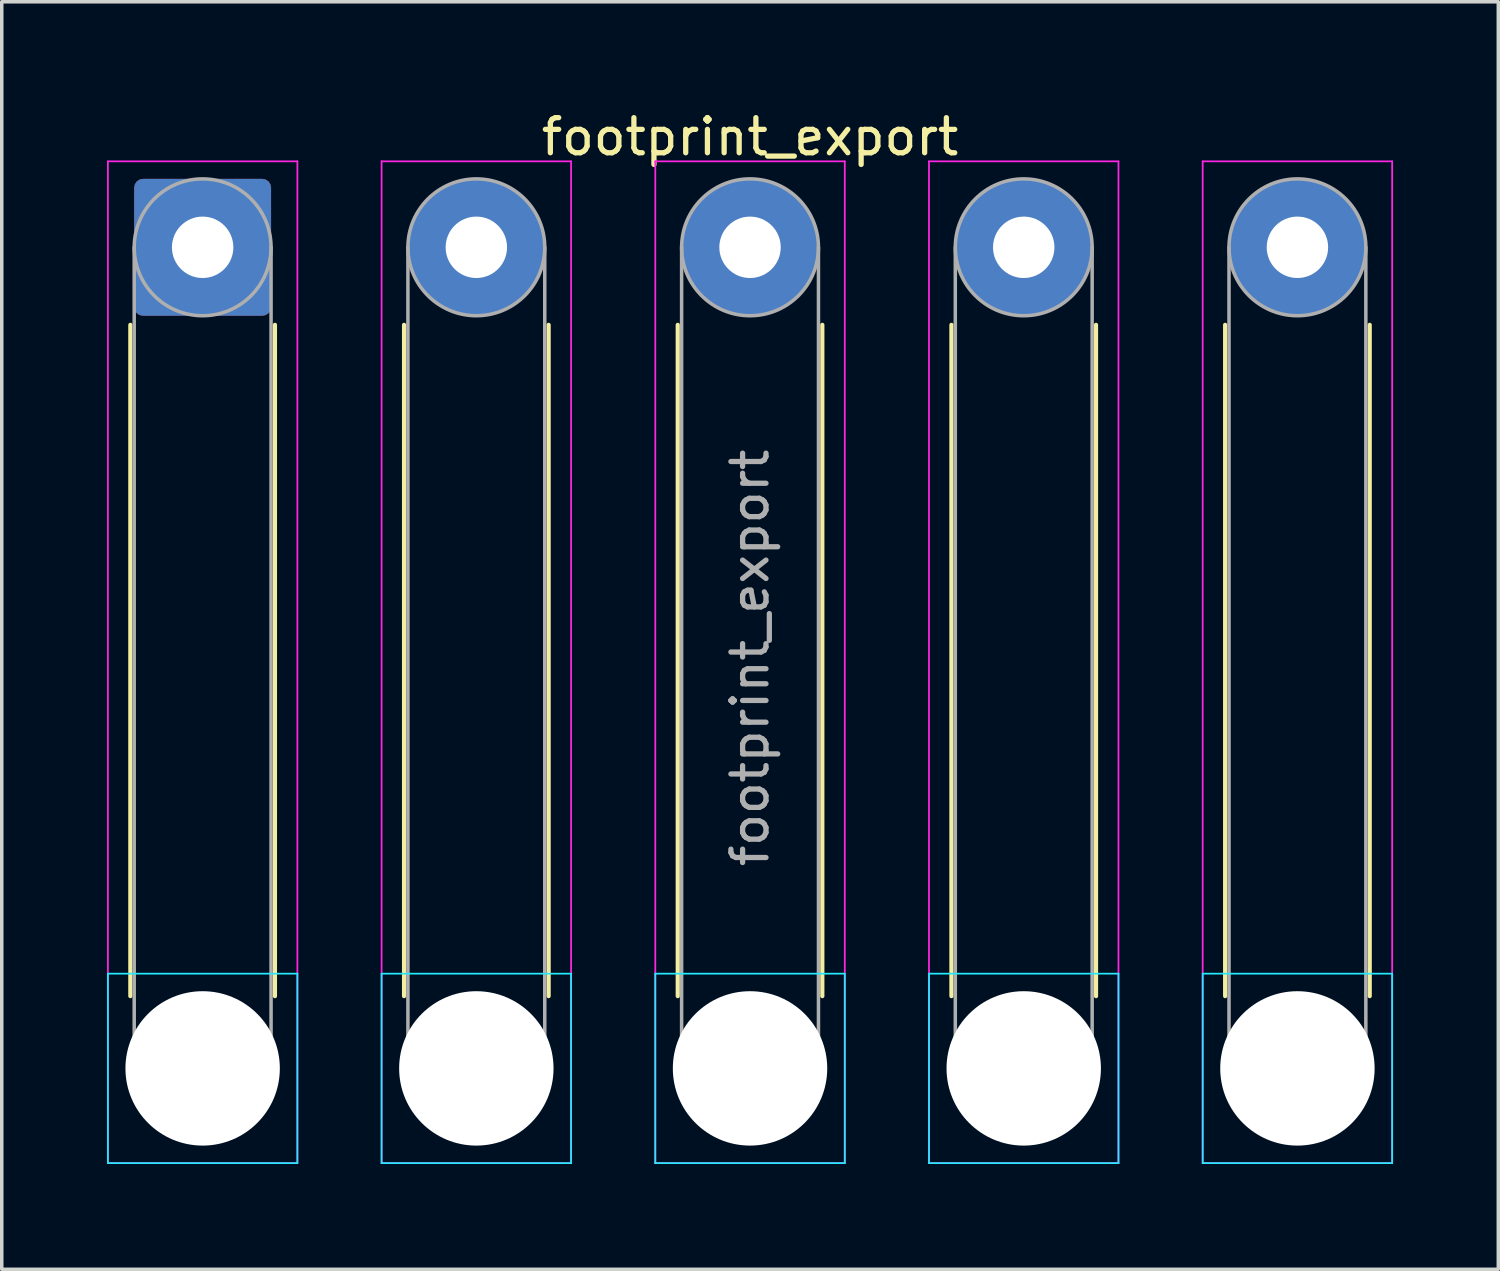
<source format=kicad_pcb>
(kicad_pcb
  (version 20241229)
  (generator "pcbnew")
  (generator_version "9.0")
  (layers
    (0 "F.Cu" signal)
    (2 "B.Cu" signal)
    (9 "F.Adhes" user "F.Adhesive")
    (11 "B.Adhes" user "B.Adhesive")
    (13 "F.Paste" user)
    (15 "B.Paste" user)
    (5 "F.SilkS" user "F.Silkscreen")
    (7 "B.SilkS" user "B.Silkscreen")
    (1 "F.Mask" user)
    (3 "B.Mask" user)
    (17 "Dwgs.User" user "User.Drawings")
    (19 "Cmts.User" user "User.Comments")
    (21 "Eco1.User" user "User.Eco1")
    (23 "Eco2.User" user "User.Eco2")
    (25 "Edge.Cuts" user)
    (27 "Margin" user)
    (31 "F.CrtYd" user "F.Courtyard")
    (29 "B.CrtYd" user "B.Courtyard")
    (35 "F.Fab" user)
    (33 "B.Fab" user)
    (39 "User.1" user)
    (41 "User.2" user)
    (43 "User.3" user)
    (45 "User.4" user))
  (footprint "footprint_export"
    (layer "F.Cu")
    (at 2.725 3.998)
    (property "Reference" "footprint_export" (at 15.6 -3.15 0) (layer "F.SilkS") (effects (font (size 1 1) (thickness 0.15))))
    (attr exclude_from_pos_files exclude_from_bom)
    (fp_line (start -2.06 2.21) (end -2.06 21.34) (stroke (width 0.12) (type solid)) (layer "F.SilkS"))
    (fp_line (start 2.06 2.21) (end 2.06 21.34) (stroke (width 0.12) (type solid)) (layer "F.SilkS"))
    (fp_line (start 5.74 2.21) (end 5.74 21.34) (stroke (width 0.12) (type solid)) (layer "F.SilkS"))
    (fp_line (start 9.86 2.21) (end 9.86 21.34) (stroke (width 0.12) (type solid)) (layer "F.SilkS"))
    (fp_line (start 13.54 2.21) (end 13.54 21.34) (stroke (width 0.12) (type solid)) (layer "F.SilkS"))
    (fp_line (start 17.66 2.21) (end 17.66 21.34) (stroke (width 0.12) (type solid)) (layer "F.SilkS"))
    (fp_line (start 21.34 2.21) (end 21.34 21.34) (stroke (width 0.12) (type solid)) (layer "F.SilkS"))
    (fp_line (start 25.46 2.21) (end 25.46 21.34) (stroke (width 0.12) (type solid)) (layer "F.SilkS"))
    (fp_line (start 29.14 2.21) (end 29.14 21.34) (stroke (width 0.12) (type solid)) (layer "F.SilkS"))
    (fp_line (start 33.26 2.21) (end 33.26 21.34) (stroke (width 0.12) (type solid)) (layer "F.SilkS"))
    (fp_line (start -2.7 20.7) (end -2.7 26.1) (stroke (width 0.05) (type solid)) (layer "B.CrtYd"))
    (fp_line (start -2.7 26.1) (end 2.7 26.1) (stroke (width 0.05) (type solid)) (layer "B.CrtYd"))
    (fp_line (start 2.7 20.7) (end -2.7 20.7) (stroke (width 0.05) (type solid)) (layer "B.CrtYd"))
    (fp_line (start 2.7 26.1) (end 2.7 20.7) (stroke (width 0.05) (type solid)) (layer "B.CrtYd"))
    (fp_line (start 5.1 20.7) (end 5.1 26.1) (stroke (width 0.05) (type solid)) (layer "B.CrtYd"))
    (fp_line (start 5.1 26.1) (end 10.5 26.1) (stroke (width 0.05) (type solid)) (layer "B.CrtYd"))
    (fp_line (start 10.5 20.7) (end 5.1 20.7) (stroke (width 0.05) (type solid)) (layer "B.CrtYd"))
    (fp_line (start 10.5 26.1) (end 10.5 20.7) (stroke (width 0.05) (type solid)) (layer "B.CrtYd"))
    (fp_line (start 12.9 20.7) (end 12.9 26.1) (stroke (width 0.05) (type solid)) (layer "B.CrtYd"))
    (fp_line (start 12.9 26.1) (end 18.3 26.1) (stroke (width 0.05) (type solid)) (layer "B.CrtYd"))
    (fp_line (start 18.3 20.7) (end 12.9 20.7) (stroke (width 0.05) (type solid)) (layer "B.CrtYd"))
    (fp_line (start 18.3 26.1) (end 18.3 20.7) (stroke (width 0.05) (type solid)) (layer "B.CrtYd"))
    (fp_line (start 20.7 20.7) (end 20.7 26.1) (stroke (width 0.05) (type solid)) (layer "B.CrtYd"))
    (fp_line (start 20.7 26.1) (end 26.1 26.1) (stroke (width 0.05) (type solid)) (layer "B.CrtYd"))
    (fp_line (start 26.1 20.7) (end 20.7 20.7) (stroke (width 0.05) (type solid)) (layer "B.CrtYd"))
    (fp_line (start 26.1 26.1) (end 26.1 20.7) (stroke (width 0.05) (type solid)) (layer "B.CrtYd"))
    (fp_line (start 28.5 20.7) (end 28.5 26.1) (stroke (width 0.05) (type solid)) (layer "B.CrtYd"))
    (fp_line (start 28.5 26.1) (end 33.9 26.1) (stroke (width 0.05) (type solid)) (layer "B.CrtYd"))
    (fp_line (start 33.9 20.7) (end 28.5 20.7) (stroke (width 0.05) (type solid)) (layer "B.CrtYd"))
    (fp_line (start 33.9 26.1) (end 33.9 20.7) (stroke (width 0.05) (type solid)) (layer "B.CrtYd"))
    (fp_line (start -2.7 -2.45) (end -2.7 26.1) (stroke (width 0.05) (type solid)) (layer "F.CrtYd"))
    (fp_line (start -2.7 26.1) (end 2.7 26.1) (stroke (width 0.05) (type solid)) (layer "F.CrtYd"))
    (fp_line (start 2.7 -2.45) (end -2.7 -2.45) (stroke (width 0.05) (type solid)) (layer "F.CrtYd"))
    (fp_line (start 2.7 26.1) (end 2.7 -2.45) (stroke (width 0.05) (type solid)) (layer "F.CrtYd"))
    (fp_line (start 5.1 -2.45) (end 5.1 26.1) (stroke (width 0.05) (type solid)) (layer "F.CrtYd"))
    (fp_line (start 5.1 26.1) (end 10.5 26.1) (stroke (width 0.05) (type solid)) (layer "F.CrtYd"))
    (fp_line (start 10.5 -2.45) (end 5.1 -2.45) (stroke (width 0.05) (type solid)) (layer "F.CrtYd"))
    (fp_line (start 10.5 26.1) (end 10.5 -2.45) (stroke (width 0.05) (type solid)) (layer "F.CrtYd"))
    (fp_line (start 12.9 -2.45) (end 12.9 26.1) (stroke (width 0.05) (type solid)) (layer "F.CrtYd"))
    (fp_line (start 12.9 26.1) (end 18.3 26.1) (stroke (width 0.05) (type solid)) (layer "F.CrtYd"))
    (fp_line (start 18.3 -2.45) (end 12.9 -2.45) (stroke (width 0.05) (type solid)) (layer "F.CrtYd"))
    (fp_line (start 18.3 26.1) (end 18.3 -2.45) (stroke (width 0.05) (type solid)) (layer "F.CrtYd"))
    (fp_line (start 20.7 -2.45) (end 20.7 26.1) (stroke (width 0.05) (type solid)) (layer "F.CrtYd"))
    (fp_line (start 20.7 26.1) (end 26.1 26.1) (stroke (width 0.05) (type solid)) (layer "F.CrtYd"))
    (fp_line (start 26.1 -2.45) (end 20.7 -2.45) (stroke (width 0.05) (type solid)) (layer "F.CrtYd"))
    (fp_line (start 26.1 26.1) (end 26.1 -2.45) (stroke (width 0.05) (type solid)) (layer "F.CrtYd"))
    (fp_line (start 28.5 -2.45) (end 28.5 26.1) (stroke (width 0.05) (type solid)) (layer "F.CrtYd"))
    (fp_line (start 28.5 26.1) (end 33.9 26.1) (stroke (width 0.05) (type solid)) (layer "F.CrtYd"))
    (fp_line (start 33.9 -2.45) (end 28.5 -2.45) (stroke (width 0.05) (type solid)) (layer "F.CrtYd"))
    (fp_line (start 33.9 26.1) (end 33.9 -2.45) (stroke (width 0.05) (type solid)) (layer "F.CrtYd"))
    (fp_line (start -1.95 0) (end -1.95 23.4) (stroke (width 0.1) (type solid)) (layer "F.Fab"))
    (fp_line (start 1.95 0) (end 1.95 23.4) (stroke (width 0.1) (type solid)) (layer "F.Fab"))
    (fp_line (start 5.85 0) (end 5.85 23.4) (stroke (width 0.1) (type solid)) (layer "F.Fab"))
    (fp_line (start 9.75 0) (end 9.75 23.4) (stroke (width 0.1) (type solid)) (layer "F.Fab"))
    (fp_line (start 13.65 0) (end 13.65 23.4) (stroke (width 0.1) (type solid)) (layer "F.Fab"))
    (fp_line (start 17.55 0) (end 17.55 23.4) (stroke (width 0.1) (type solid)) (layer "F.Fab"))
    (fp_line (start 21.45 0) (end 21.45 23.4) (stroke (width 0.1) (type solid)) (layer "F.Fab"))
    (fp_line (start 25.35 0) (end 25.35 23.4) (stroke (width 0.1) (type solid)) (layer "F.Fab"))
    (fp_line (start 29.25 0) (end 29.25 23.4) (stroke (width 0.1) (type solid)) (layer "F.Fab"))
    (fp_line (start 33.15 0) (end 33.15 23.4) (stroke (width 0.1) (type solid)) (layer "F.Fab"))
    (fp_circle (center 0 0) (end 1.95 0) (stroke (width 0.1) (type solid)) (fill no) (layer "F.Fab"))
    (fp_circle (center 0 23.4) (end 1.95 23.4) (stroke (width 0.1) (type solid)) (fill no) (layer "F.Fab"))
    (fp_circle (center 7.8 0) (end 9.75 0) (stroke (width 0.1) (type solid)) (fill no) (layer "F.Fab"))
    (fp_circle (center 7.8 23.4) (end 9.75 23.4) (stroke (width 0.1) (type solid)) (fill no) (layer "F.Fab"))
    (fp_circle (center 15.6 0) (end 17.55 0) (stroke (width 0.1) (type solid)) (fill no) (layer "F.Fab"))
    (fp_circle (center 15.6 23.4) (end 17.55 23.4) (stroke (width 0.1) (type solid)) (fill no) (layer "F.Fab"))
    (fp_circle (center 23.4 0) (end 25.35 0) (stroke (width 0.1) (type solid)) (fill no) (layer "F.Fab"))
    (fp_circle (center 23.4 23.4) (end 25.35 23.4) (stroke (width 0.1) (type solid)) (fill no) (layer "F.Fab"))
    (fp_circle (center 31.2 0) (end 33.15 0) (stroke (width 0.1) (type solid)) (fill no) (layer "F.Fab"))
    (fp_circle (center 31.2 23.4) (end 33.15 23.4) (stroke (width 0.1) (type solid)) (fill no) (layer "F.Fab"))
    (fp_text user "${REFERENCE}" (at 15.6 11.7 90) (layer "F.Fab") (effects (font (size 1 1) (thickness 0.15))))
    (pad "" np_thru_hole circle (at 0 23.4) (size 4.4 4.4) (drill 4.4) (layers "*.Cu" "*.Mask"))
    (pad "" np_thru_hole circle (at 7.8 23.4) (size 4.4 4.4) (drill 4.4) (layers "*.Cu" "*.Mask"))
    (pad "" np_thru_hole circle (at 15.6 23.4) (size 4.4 4.4) (drill 4.4) (layers "*.Cu" "*.Mask"))
    (pad "" np_thru_hole circle (at 23.4 23.4) (size 4.4 4.4) (drill 4.4) (layers "*.Cu" "*.Mask"))
    (pad "" np_thru_hole circle (at 31.2 23.4) (size 4.4 4.4) (drill 4.4) (layers "*.Cu" "*.Mask"))
    (pad "1" thru_hole roundrect (at 0 0) (size 3.9 3.9) (drill 1.75) (layers "*.Cu" "*.Mask") (roundrect_rratio 0.064))
    (pad "2" thru_hole circle (at 7.8 0) (size 3.9 3.9) (drill 1.75) (layers "*.Cu" "*.Mask"))
    (pad "3" thru_hole circle (at 15.6 0) (size 3.9 3.9) (drill 1.75) (layers "*.Cu" "*.Mask"))
    (pad "4" thru_hole circle (at 23.4 0) (size 3.9 3.9) (drill 1.75) (layers "*.Cu" "*.Mask"))
    (pad "5" thru_hole circle (at 31.2 0) (size 3.9 3.9) (drill 1.75) (layers "*.Cu" "*.Mask")))
  (gr_rect
    (start -3 -3)
    (end 39.65 33.123)
    (stroke (width 0.1) (type default))
    (fill no)
    (layer "Edge.Cuts")))
</source>
